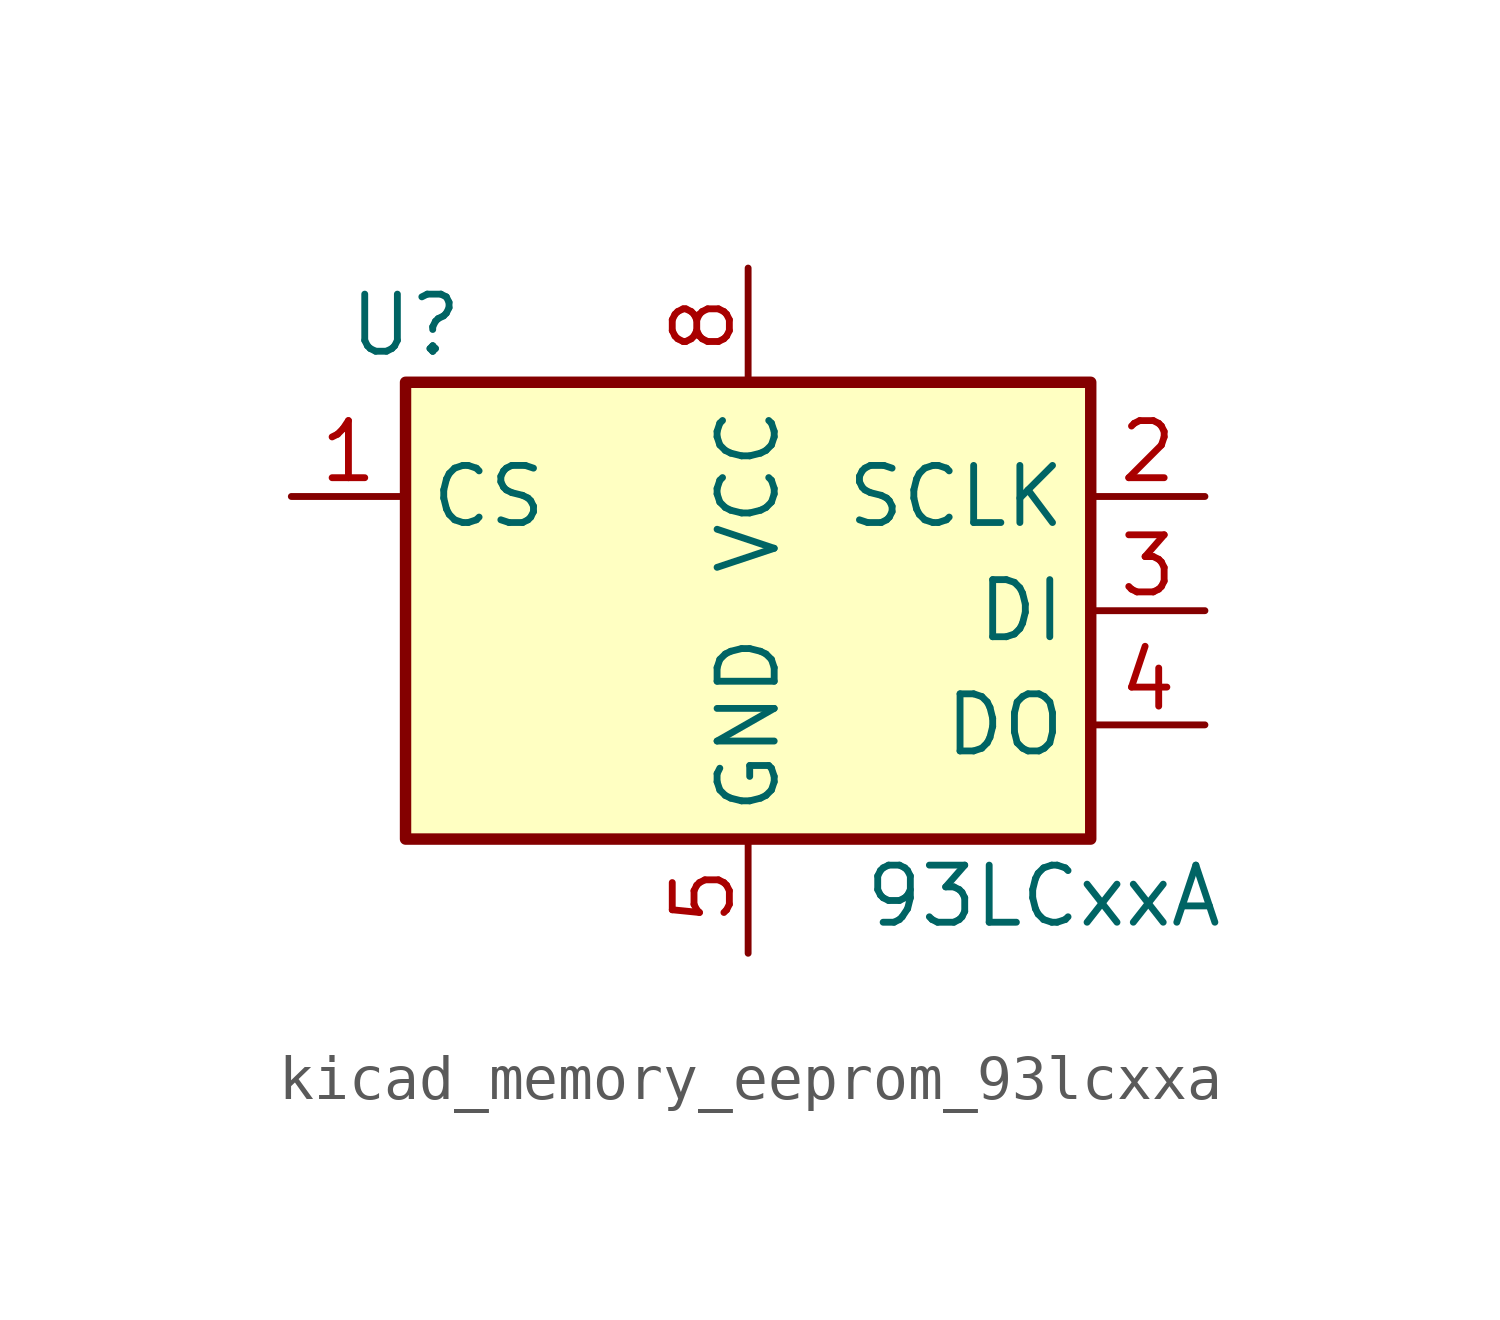
<source format=kicad_sym>
(kicad_symbol_lib
  (version 20220914)
  (generator kicad_symbol_editor)
  (symbol "kicad_memory_eeprom_93lcxxa"
    (property "Reference" "U"
      (at -7.62 6.35 0)
      (effects (font (size 1.27 1.27))))
    (property "Value" "93LCxxA"
      (at 2.54 -6.35 0)
      (effects (font (size 1.27 1.27)) (justify left)))
    (symbol "kicad_memory_eeprom_93lcxxa_1_1"
      (rectangle (start -7.62 5.08) (end 7.62 -5.08) (stroke (width 0.254) (type default)) (fill (type background)))
      (pin input line (at -10.16 2.54 0) (length 2.54) (name "CS" (effects (font (size 1.27 1.27)))) (number "1" (effects (font (size 1.27 1.27)))))
      (pin input line (at 10.16 2.54 180) (length 2.54) (name "SCLK" (effects (font (size 1.27 1.27)))) (number "2" (effects (font (size 1.27 1.27)))))
      (pin input line (at 10.16 0 180) (length 2.54) (name "DI" (effects (font (size 1.27 1.27)))) (number "3" (effects (font (size 1.27 1.27)))))
      (pin tri_state line (at 10.16 -2.54 180) (length 2.54) (name "DO" (effects (font (size 1.27 1.27)))) (number "4" (effects (font (size 1.27 1.27)))))
      (pin power_in line (at 0 -7.62 90) (length 2.54) (name "GND" (effects (font (size 1.27 1.27)))) (number "5" (effects (font (size 1.27 1.27)))))
      (pin no_connect line (at -7.62 0 0) (length 2.54) hide (name "NC" (effects (font (size 1.27 1.27)))) (number "6" (effects (font (size 1.27 1.27)))))
      (pin no_connect line (at -7.62 -2.54 0) (length 2.54) hide (name "NC" (effects (font (size 1.27 1.27)))) (number "7" (effects (font (size 1.27 1.27)))))
      (pin power_in line (at 0 7.62 270) (length 2.54) (name "VCC" (effects (font (size 1.27 1.27)))) (number "8" (effects (font (size 1.27 1.27))))))))
</source>
